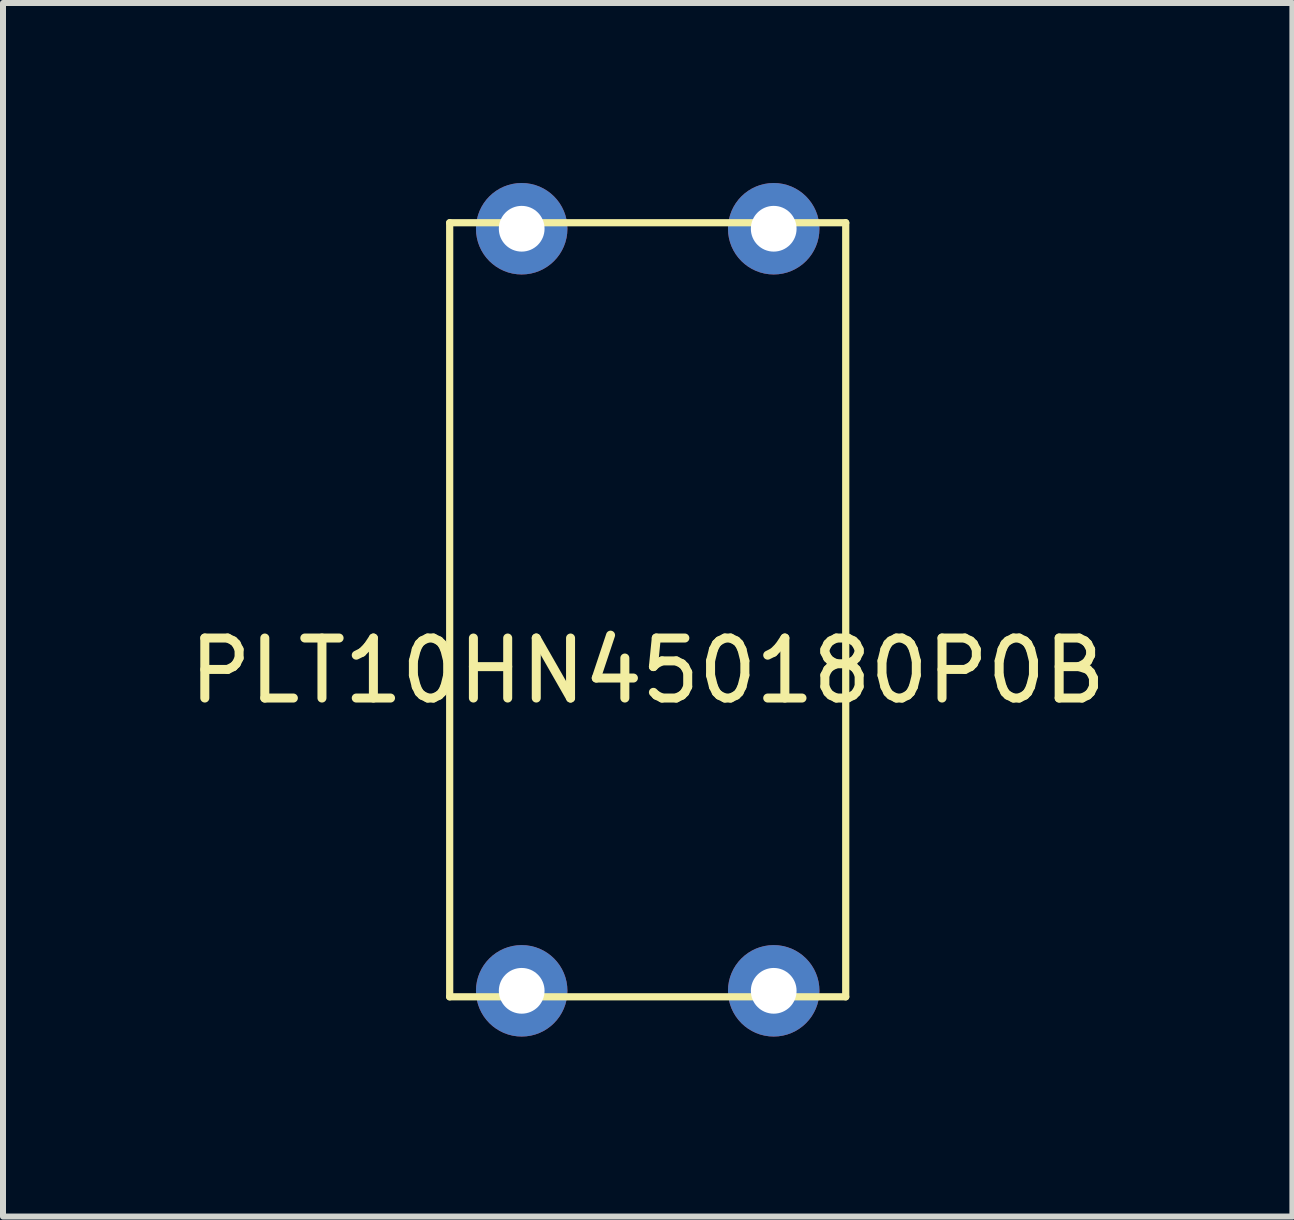
<source format=kicad_pcb>
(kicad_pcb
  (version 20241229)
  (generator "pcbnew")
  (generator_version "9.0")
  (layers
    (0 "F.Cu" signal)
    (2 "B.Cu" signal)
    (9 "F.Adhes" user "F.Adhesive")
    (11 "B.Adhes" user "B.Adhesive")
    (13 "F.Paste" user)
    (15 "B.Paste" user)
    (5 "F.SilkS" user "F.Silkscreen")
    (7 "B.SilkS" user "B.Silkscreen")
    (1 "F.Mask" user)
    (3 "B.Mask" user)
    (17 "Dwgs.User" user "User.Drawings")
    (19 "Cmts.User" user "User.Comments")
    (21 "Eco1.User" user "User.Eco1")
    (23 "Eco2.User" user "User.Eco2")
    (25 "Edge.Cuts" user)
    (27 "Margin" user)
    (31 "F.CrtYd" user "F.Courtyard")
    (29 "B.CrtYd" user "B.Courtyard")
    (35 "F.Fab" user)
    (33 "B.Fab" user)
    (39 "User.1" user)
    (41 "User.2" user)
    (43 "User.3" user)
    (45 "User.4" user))
  (footprint "PLT10HN450180P0B"
    (layer "F.Cu")
    (at 7.744 7.112)
    (property "Reference" "PLT10HN450180P0B" (at 0 1.016 0) (layer "F.SilkS") (effects (font (size 1 1) (thickness 0.15))))
    (attr through_hole)
    (fp_line (start -3.3 6.45) (end -3.3 -6.45) (stroke (width 0.12) (type solid)) (layer "F.SilkS"))
    (fp_line (start 3.3 -6.45) (end -3.3 -6.45) (stroke (width 0.12) (type solid)) (layer "F.SilkS"))
    (fp_line (start 3.3 6.45) (end -3.3 6.45) (stroke (width 0.12) (type solid)) (layer "F.SilkS"))
    (fp_line (start 3.3 6.45) (end 3.3 -6.45) (stroke (width 0.12) (type solid)) (layer "F.SilkS"))
    (pad "1" thru_hole circle (at -2.1 -6.35) (size 1.524 1.524) (drill 0.762) (layers "*.Cu" "*.Mask"))
    (pad "2" thru_hole circle (at 2.1 -6.35) (size 1.524 1.524) (drill 0.762) (layers "*.Cu" "*.Mask"))
    (pad "3" thru_hole circle (at 2.1 6.35) (size 1.524 1.524) (drill 0.762) (layers "*.Cu" "*.Mask"))
    (pad "4" thru_hole circle (at -2.1 6.35) (size 1.524 1.524) (drill 0.762) (layers "*.Cu" "*.Mask")))
  (gr_rect
    (start -3 -3)
    (end 18.488 17.224)
    (stroke (width 0.1) (type default))
    (fill no)
    (layer "Edge.Cuts")))
</source>
